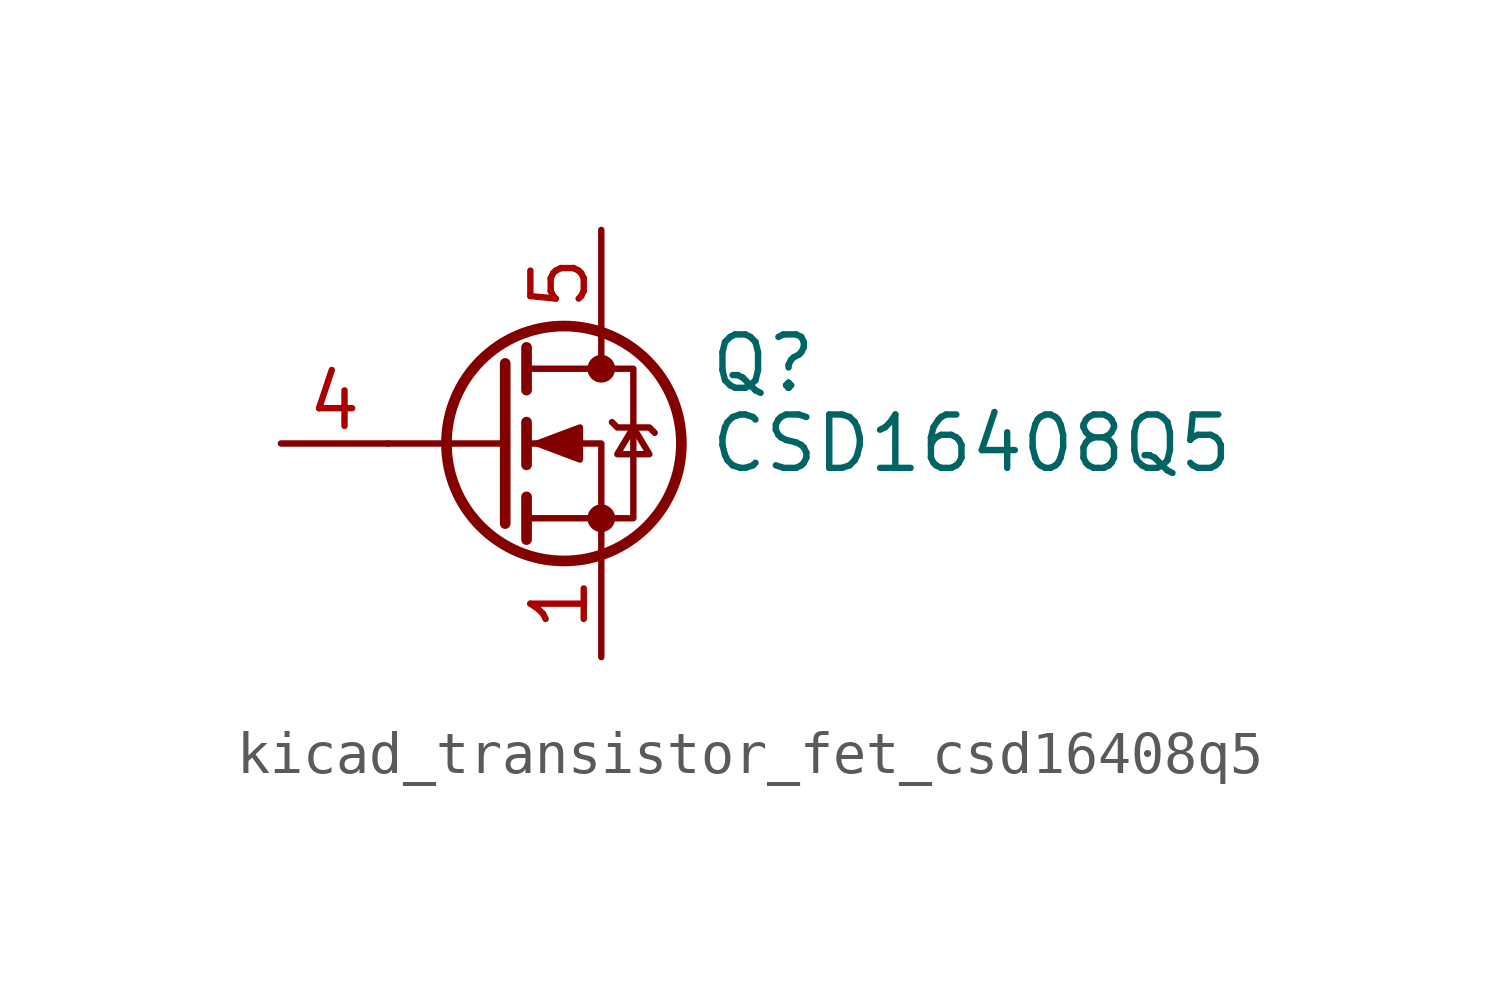
<source format=kicad_sym>
(kicad_symbol_lib
  (version 20220914)
  (generator kicad_symbol_editor)
  (symbol "kicad_transistor_fet_csd16408q5"
    (pin_names hide)
    (property "Reference" "Q"
      (at 5.08 1.905 0)
      (effects (font (size 1.27 1.27)) (justify left)))
    (property "Value" "CSD16408Q5"
      (at 5.08 0 0)
      (effects (font (size 1.27 1.27)) (justify left)))
    (symbol "kicad_transistor_fet_csd16408q5_0_1"
      (polyline (pts (xy 0.254 0) (xy -2.54 0)) (stroke (width 0) (type default)) (fill (type none)))
      (polyline (pts (xy 0.254 1.905) (xy 0.254 -1.905)) (stroke (width 0.254) (type default)) (fill (type none)))
      (polyline (pts (xy 0.762 -1.27) (xy 0.762 -2.286)) (stroke (width 0.254) (type default)) (fill (type none)))
      (polyline (pts (xy 0.762 0.508) (xy 0.762 -0.508)) (stroke (width 0.254) (type default)) (fill (type none)))
      (polyline (pts (xy 0.762 2.286) (xy 0.762 1.27)) (stroke (width 0.254) (type default)) (fill (type none)))
      (polyline (pts (xy 2.54 2.54) (xy 2.54 1.778)) (stroke (width 0) (type default)) (fill (type none)))
      (polyline (pts (xy 2.54 -2.54) (xy 2.54 0) (xy 0.762 0)) (stroke (width 0) (type default)) (fill (type none)))
      (polyline (pts (xy 0.762 -1.778) (xy 3.302 -1.778) (xy 3.302 1.778) (xy 0.762 1.778)) (stroke (width 0) (type default)) (fill (type none)))
      (polyline (pts (xy 1.016 0) (xy 2.032 0.381) (xy 2.032 -0.381) (xy 1.016 0)) (stroke (width 0) (type default)) (fill (type outline)))
      (polyline (pts (xy 2.794 0.508) (xy 2.921 0.381) (xy 3.683 0.381) (xy 3.81 0.254)) (stroke (width 0) (type default)) (fill (type none)))
      (polyline (pts (xy 3.302 0.381) (xy 2.921 -0.254) (xy 3.683 -0.254) (xy 3.302 0.381)) (stroke (width 0) (type default)) (fill (type none)))
      (circle (center 1.651 0) (radius 2.794) (stroke (width 0.254) (type default)) (fill (type none)))
      (circle (center 2.54 -1.778) (radius 0.254) (stroke (width 0) (type default)) (fill (type outline)))
      (circle (center 2.54 1.778) (radius 0.254) (stroke (width 0) (type default)) (fill (type outline))))
    (symbol "kicad_transistor_fet_csd16408q5_1_1"
      (pin passive line (at 2.54 -5.08 90) (length 2.54) (name "S" (effects (font (size 1.27 1.27)))) (number "1" (effects (font (size 1.27 1.27)))))
      (pin passive line (at 2.54 -5.08 90) (length 2.54) hide (name "S" (effects (font (size 1.27 1.27)))) (number "2" (effects (font (size 1.27 1.27)))))
      (pin passive line (at 2.54 -5.08 90) (length 2.54) hide (name "S" (effects (font (size 1.27 1.27)))) (number "3" (effects (font (size 1.27 1.27)))))
      (pin passive line (at -5.08 0 0) (length 2.54) (name "G" (effects (font (size 1.27 1.27)))) (number "4" (effects (font (size 1.27 1.27)))))
      (pin passive line (at 2.54 5.08 270) (length 2.54) (name "D" (effects (font (size 1.27 1.27)))) (number "5" (effects (font (size 1.27 1.27))))))))
</source>
